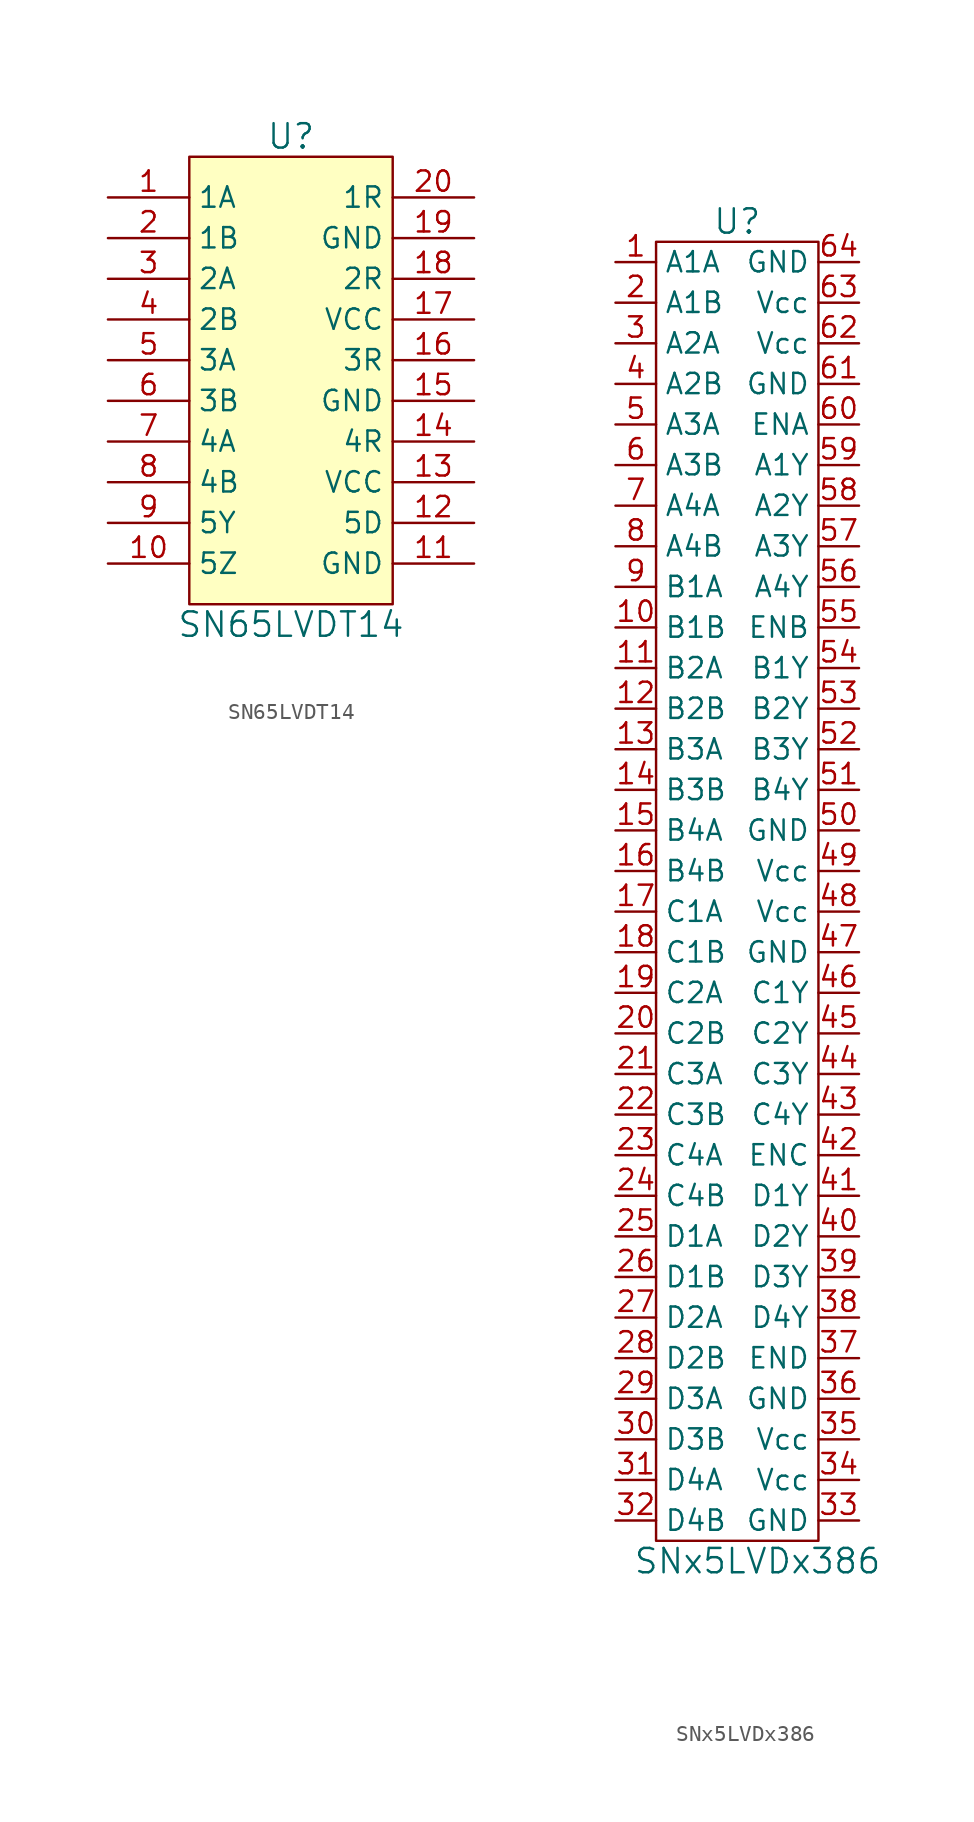
<source format=kicad_sym>
(kicad_symbol_lib
  (version 20241209)
  (generator "kicad_symbol_editor")
  (generator_version "9.0")
  (symbol "SN65LVDT14"
    (property "Reference" "U"
      (at 0 15.24 0)
      (effects (font (size 1.524 1.524))))
    (property "Value" "SN65LVDT14"
      (at 0 -15.24 0)
      (effects (font (size 1.524 1.524))))
    (property "Footprint" ""
      (at 0 0 0)
      (effects (font (size 1.524 1.524))))
    (property "Datasheet" ""
      (at 0 0 0)
      (effects (font (size 1.524 1.524))))
    (symbol "SN65LVDT14_0_1"
      (rectangle (start -6.35 13.97) (end 6.35 -13.97) (stroke (width 0) (type default)) (fill (type background))))
    (symbol "SN65LVDT14_1_1"
      (pin input line (at -11.43 11.43 0) (length 5.08) (name "1A" (effects (font (size 1.27 1.27)))) (number "1" (effects (font (size 1.27 1.27)))))
      (pin input line (at -11.43 8.89 0) (length 5.08) (name "1B" (effects (font (size 1.27 1.27)))) (number "2" (effects (font (size 1.27 1.27)))))
      (pin input line (at -11.43 6.35 0) (length 5.08) (name "2A" (effects (font (size 1.27 1.27)))) (number "3" (effects (font (size 1.27 1.27)))))
      (pin input line (at -11.43 3.81 0) (length 5.08) (name "2B" (effects (font (size 1.27 1.27)))) (number "4" (effects (font (size 1.27 1.27)))))
      (pin input line (at -11.43 1.27 0) (length 5.08) (name "3A" (effects (font (size 1.27 1.27)))) (number "5" (effects (font (size 1.27 1.27)))))
      (pin input line (at -11.43 -1.27 0) (length 5.08) (name "3B" (effects (font (size 1.27 1.27)))) (number "6" (effects (font (size 1.27 1.27)))))
      (pin input line (at -11.43 -3.81 0) (length 5.08) (name "4A" (effects (font (size 1.27 1.27)))) (number "7" (effects (font (size 1.27 1.27)))))
      (pin input line (at -11.43 -6.35 0) (length 5.08) (name "4B" (effects (font (size 1.27 1.27)))) (number "8" (effects (font (size 1.27 1.27)))))
      (pin output line (at -11.43 -8.89 0) (length 5.08) (name "5Y" (effects (font (size 1.27 1.27)))) (number "9" (effects (font (size 1.27 1.27)))))
      (pin output line (at -11.43 -11.43 0) (length 5.08) (name "5Z" (effects (font (size 1.27 1.27)))) (number "10" (effects (font (size 1.27 1.27)))))
      (pin output line (at 11.43 11.43 180) (length 5.08) (name "1R" (effects (font (size 1.27 1.27)))) (number "20" (effects (font (size 1.27 1.27)))))
      (pin power_in line (at 11.43 8.89 180) (length 5.08) (name "GND" (effects (font (size 1.27 1.27)))) (number "19" (effects (font (size 1.27 1.27)))))
      (pin output line (at 11.43 6.35 180) (length 5.08) (name "2R" (effects (font (size 1.27 1.27)))) (number "18" (effects (font (size 1.27 1.27)))))
      (pin power_in line (at 11.43 3.81 180) (length 5.08) (name "VCC" (effects (font (size 1.27 1.27)))) (number "17" (effects (font (size 1.27 1.27)))))
      (pin output line (at 11.43 1.27 180) (length 5.08) (name "3R" (effects (font (size 1.27 1.27)))) (number "16" (effects (font (size 1.27 1.27)))))
      (pin power_in line (at 11.43 -1.27 180) (length 5.08) (name "GND" (effects (font (size 1.27 1.27)))) (number "15" (effects (font (size 1.27 1.27)))))
      (pin output line (at 11.43 -3.81 180) (length 5.08) (name "4R" (effects (font (size 1.27 1.27)))) (number "14" (effects (font (size 1.27 1.27)))))
      (pin power_in line (at 11.43 -6.35 180) (length 5.08) (name "VCC" (effects (font (size 1.27 1.27)))) (number "13" (effects (font (size 1.27 1.27)))))
      (pin input line (at 11.43 -8.89 180) (length 5.08) (name "5D" (effects (font (size 1.27 1.27)))) (number "12" (effects (font (size 1.27 1.27)))))
      (pin input line (at 11.43 -11.43 180) (length 5.08) (name "GND" (effects (font (size 1.27 1.27)))) (number "11" (effects (font (size 1.27 1.27)))))))
  (symbol "SNx5LVDx386"
    (property "Reference" "U"
      (at 0 41.91 0)
      (effects (font (size 1.524 1.524))))
    (property "Value" "SNx5LVDx386"
      (at 1.27 -41.91 0)
      (effects (font (size 1.524 1.524))))
    (symbol "SNx5LVDx386_0_1"
      (rectangle (start -5.08 40.64) (end 5.08 -40.64) (stroke (width 0) (type default)) (fill (type none))))
    (symbol "SNx5LVDx386_1_1"
      (pin input line (at -7.62 39.37 0) (length 2.54) (name "A1A" (effects (font (size 1.27 1.27)))) (number "1" (effects (font (size 1.27 1.27)))))
      (pin input line (at -7.62 36.83 0) (length 2.54) (name "A1B" (effects (font (size 1.27 1.27)))) (number "2" (effects (font (size 1.27 1.27)))))
      (pin input line (at -7.62 34.29 0) (length 2.54) (name "A2A" (effects (font (size 1.27 1.27)))) (number "3" (effects (font (size 1.27 1.27)))))
      (pin input line (at -7.62 31.75 0) (length 2.54) (name "A2B" (effects (font (size 1.27 1.27)))) (number "4" (effects (font (size 1.27 1.27)))))
      (pin input line (at -7.62 29.21 0) (length 2.54) (name "A3A" (effects (font (size 1.27 1.27)))) (number "5" (effects (font (size 1.27 1.27)))))
      (pin input line (at -7.62 26.67 0) (length 2.54) (name "A3B" (effects (font (size 1.27 1.27)))) (number "6" (effects (font (size 1.27 1.27)))))
      (pin input line (at -7.62 24.13 0) (length 2.54) (name "A4A" (effects (font (size 1.27 1.27)))) (number "7" (effects (font (size 1.27 1.27)))))
      (pin input line (at -7.62 21.59 0) (length 2.54) (name "A4B" (effects (font (size 1.27 1.27)))) (number "8" (effects (font (size 1.27 1.27)))))
      (pin input line (at -7.62 19.05 0) (length 2.54) (name "B1A" (effects (font (size 1.27 1.27)))) (number "9" (effects (font (size 1.27 1.27)))))
      (pin input line (at -7.62 16.51 0) (length 2.54) (name "B1B" (effects (font (size 1.27 1.27)))) (number "10" (effects (font (size 1.27 1.27)))))
      (pin input line (at -7.62 13.97 0) (length 2.54) (name "B2A" (effects (font (size 1.27 1.27)))) (number "11" (effects (font (size 1.27 1.27)))))
      (pin input line (at -7.62 11.43 0) (length 2.54) (name "B2B" (effects (font (size 1.27 1.27)))) (number "12" (effects (font (size 1.27 1.27)))))
      (pin input line (at -7.62 8.89 0) (length 2.54) (name "B3A" (effects (font (size 1.27 1.27)))) (number "13" (effects (font (size 1.27 1.27)))))
      (pin input line (at -7.62 6.35 0) (length 2.54) (name "B3B" (effects (font (size 1.27 1.27)))) (number "14" (effects (font (size 1.27 1.27)))))
      (pin input line (at -7.62 3.81 0) (length 2.54) (name "B4A" (effects (font (size 1.27 1.27)))) (number "15" (effects (font (size 1.27 1.27)))))
      (pin input line (at -7.62 1.27 0) (length 2.54) (name "B4B" (effects (font (size 1.27 1.27)))) (number "16" (effects (font (size 1.27 1.27)))))
      (pin input line (at -7.62 -1.27 0) (length 2.54) (name "C1A" (effects (font (size 1.27 1.27)))) (number "17" (effects (font (size 1.27 1.27)))))
      (pin input line (at -7.62 -3.81 0) (length 2.54) (name "C1B" (effects (font (size 1.27 1.27)))) (number "18" (effects (font (size 1.27 1.27)))))
      (pin input line (at -7.62 -6.35 0) (length 2.54) (name "C2A" (effects (font (size 1.27 1.27)))) (number "19" (effects (font (size 1.27 1.27)))))
      (pin input line (at -7.62 -8.89 0) (length 2.54) (name "C2B" (effects (font (size 1.27 1.27)))) (number "20" (effects (font (size 1.27 1.27)))))
      (pin input line (at -7.62 -11.43 0) (length 2.54) (name "C3A" (effects (font (size 1.27 1.27)))) (number "21" (effects (font (size 1.27 1.27)))))
      (pin input line (at -7.62 -13.97 0) (length 2.54) (name "C3B" (effects (font (size 1.27 1.27)))) (number "22" (effects (font (size 1.27 1.27)))))
      (pin input line (at -7.62 -16.51 0) (length 2.54) (name "C4A" (effects (font (size 1.27 1.27)))) (number "23" (effects (font (size 1.27 1.27)))))
      (pin input line (at -7.62 -19.05 0) (length 2.54) (name "C4B" (effects (font (size 1.27 1.27)))) (number "24" (effects (font (size 1.27 1.27)))))
      (pin input line (at -7.62 -21.59 0) (length 2.54) (name "D1A" (effects (font (size 1.27 1.27)))) (number "25" (effects (font (size 1.27 1.27)))))
      (pin input line (at -7.62 -24.13 0) (length 2.54) (name "D1B" (effects (font (size 1.27 1.27)))) (number "26" (effects (font (size 1.27 1.27)))))
      (pin input line (at -7.62 -26.67 0) (length 2.54) (name "D2A" (effects (font (size 1.27 1.27)))) (number "27" (effects (font (size 1.27 1.27)))))
      (pin input line (at -7.62 -29.21 0) (length 2.54) (name "D2B" (effects (font (size 1.27 1.27)))) (number "28" (effects (font (size 1.27 1.27)))))
      (pin input line (at -7.62 -31.75 0) (length 2.54) (name "D3A" (effects (font (size 1.27 1.27)))) (number "29" (effects (font (size 1.27 1.27)))))
      (pin input line (at -7.62 -34.29 0) (length 2.54) (name "D3B" (effects (font (size 1.27 1.27)))) (number "30" (effects (font (size 1.27 1.27)))))
      (pin input line (at -7.62 -36.83 0) (length 2.54) (name "D4A" (effects (font (size 1.27 1.27)))) (number "31" (effects (font (size 1.27 1.27)))))
      (pin input line (at -7.62 -39.37 0) (length 2.54) (name "D4B" (effects (font (size 1.27 1.27)))) (number "32" (effects (font (size 1.27 1.27)))))
      (pin power_in line (at 7.62 39.37 180) (length 2.54) (name "GND" (effects (font (size 1.27 1.27)))) (number "64" (effects (font (size 1.27 1.27)))))
      (pin power_in line (at 7.62 36.83 180) (length 2.54) (name "Vcc" (effects (font (size 1.27 1.27)))) (number "63" (effects (font (size 1.27 1.27)))))
      (pin power_in line (at 7.62 34.29 180) (length 2.54) (name "Vcc" (effects (font (size 1.27 1.27)))) (number "62" (effects (font (size 1.27 1.27)))))
      (pin power_in line (at 7.62 31.75 180) (length 2.54) (name "GND" (effects (font (size 1.27 1.27)))) (number "61" (effects (font (size 1.27 1.27)))))
      (pin input line (at 7.62 29.21 180) (length 2.54) (name "ENA" (effects (font (size 1.27 1.27)))) (number "60" (effects (font (size 1.27 1.27)))))
      (pin output line (at 7.62 26.67 180) (length 2.54) (name "A1Y" (effects (font (size 1.27 1.27)))) (number "59" (effects (font (size 1.27 1.27)))))
      (pin output line (at 7.62 24.13 180) (length 2.54) (name "A2Y" (effects (font (size 1.27 1.27)))) (number "58" (effects (font (size 1.27 1.27)))))
      (pin output line (at 7.62 21.59 180) (length 2.54) (name "A3Y" (effects (font (size 1.27 1.27)))) (number "57" (effects (font (size 1.27 1.27)))))
      (pin output line (at 7.62 19.05 180) (length 2.54) (name "A4Y" (effects (font (size 1.27 1.27)))) (number "56" (effects (font (size 1.27 1.27)))))
      (pin input line (at 7.62 16.51 180) (length 2.54) (name "ENB" (effects (font (size 1.27 1.27)))) (number "55" (effects (font (size 1.27 1.27)))))
      (pin output line (at 7.62 13.97 180) (length 2.54) (name "B1Y" (effects (font (size 1.27 1.27)))) (number "54" (effects (font (size 1.27 1.27)))))
      (pin output line (at 7.62 11.43 180) (length 2.54) (name "B2Y" (effects (font (size 1.27 1.27)))) (number "53" (effects (font (size 1.27 1.27)))))
      (pin output line (at 7.62 8.89 180) (length 2.54) (name "B3Y" (effects (font (size 1.27 1.27)))) (number "52" (effects (font (size 1.27 1.27)))))
      (pin output line (at 7.62 6.35 180) (length 2.54) (name "B4Y" (effects (font (size 1.27 1.27)))) (number "51" (effects (font (size 1.27 1.27)))))
      (pin power_in line (at 7.62 3.81 180) (length 2.54) (name "GND" (effects (font (size 1.27 1.27)))) (number "50" (effects (font (size 1.27 1.27)))))
      (pin power_in line (at 7.62 1.27 180) (length 2.54) (name "Vcc" (effects (font (size 1.27 1.27)))) (number "49" (effects (font (size 1.27 1.27)))))
      (pin power_in line (at 7.62 -1.27 180) (length 2.54) (name "Vcc" (effects (font (size 1.27 1.27)))) (number "48" (effects (font (size 1.27 1.27)))))
      (pin power_in line (at 7.62 -3.81 180) (length 2.54) (name "GND" (effects (font (size 1.27 1.27)))) (number "47" (effects (font (size 1.27 1.27)))))
      (pin output line (at 7.62 -6.35 180) (length 2.54) (name "C1Y" (effects (font (size 1.27 1.27)))) (number "46" (effects (font (size 1.27 1.27)))))
      (pin output line (at 7.62 -8.89 180) (length 2.54) (name "C2Y" (effects (font (size 1.27 1.27)))) (number "45" (effects (font (size 1.27 1.27)))))
      (pin output line (at 7.62 -11.43 180) (length 2.54) (name "C3Y" (effects (font (size 1.27 1.27)))) (number "44" (effects (font (size 1.27 1.27)))))
      (pin output line (at 7.62 -13.97 180) (length 2.54) (name "C4Y" (effects (font (size 1.27 1.27)))) (number "43" (effects (font (size 1.27 1.27)))))
      (pin input line (at 7.62 -16.51 180) (length 2.54) (name "ENC" (effects (font (size 1.27 1.27)))) (number "42" (effects (font (size 1.27 1.27)))))
      (pin output line (at 7.62 -19.05 180) (length 2.54) (name "D1Y" (effects (font (size 1.27 1.27)))) (number "41" (effects (font (size 1.27 1.27)))))
      (pin output line (at 7.62 -21.59 180) (length 2.54) (name "D2Y" (effects (font (size 1.27 1.27)))) (number "40" (effects (font (size 1.27 1.27)))))
      (pin output line (at 7.62 -24.13 180) (length 2.54) (name "D3Y" (effects (font (size 1.27 1.27)))) (number "39" (effects (font (size 1.27 1.27)))))
      (pin output line (at 7.62 -26.67 180) (length 2.54) (name "D4Y" (effects (font (size 1.27 1.27)))) (number "38" (effects (font (size 1.27 1.27)))))
      (pin input line (at 7.62 -29.21 180) (length 2.54) (name "END" (effects (font (size 1.27 1.27)))) (number "37" (effects (font (size 1.27 1.27)))))
      (pin power_in line (at 7.62 -31.75 180) (length 2.54) (name "GND" (effects (font (size 1.27 1.27)))) (number "36" (effects (font (size 1.27 1.27)))))
      (pin power_in line (at 7.62 -34.29 180) (length 2.54) (name "Vcc" (effects (font (size 1.27 1.27)))) (number "35" (effects (font (size 1.27 1.27)))))
      (pin power_in line (at 7.62 -36.83 180) (length 2.54) (name "Vcc" (effects (font (size 1.27 1.27)))) (number "34" (effects (font (size 1.27 1.27)))))
      (pin power_in line (at 7.62 -39.37 180) (length 2.54) (name "GND" (effects (font (size 1.27 1.27)))) (number "33" (effects (font (size 1.27 1.27))))))))
</source>
